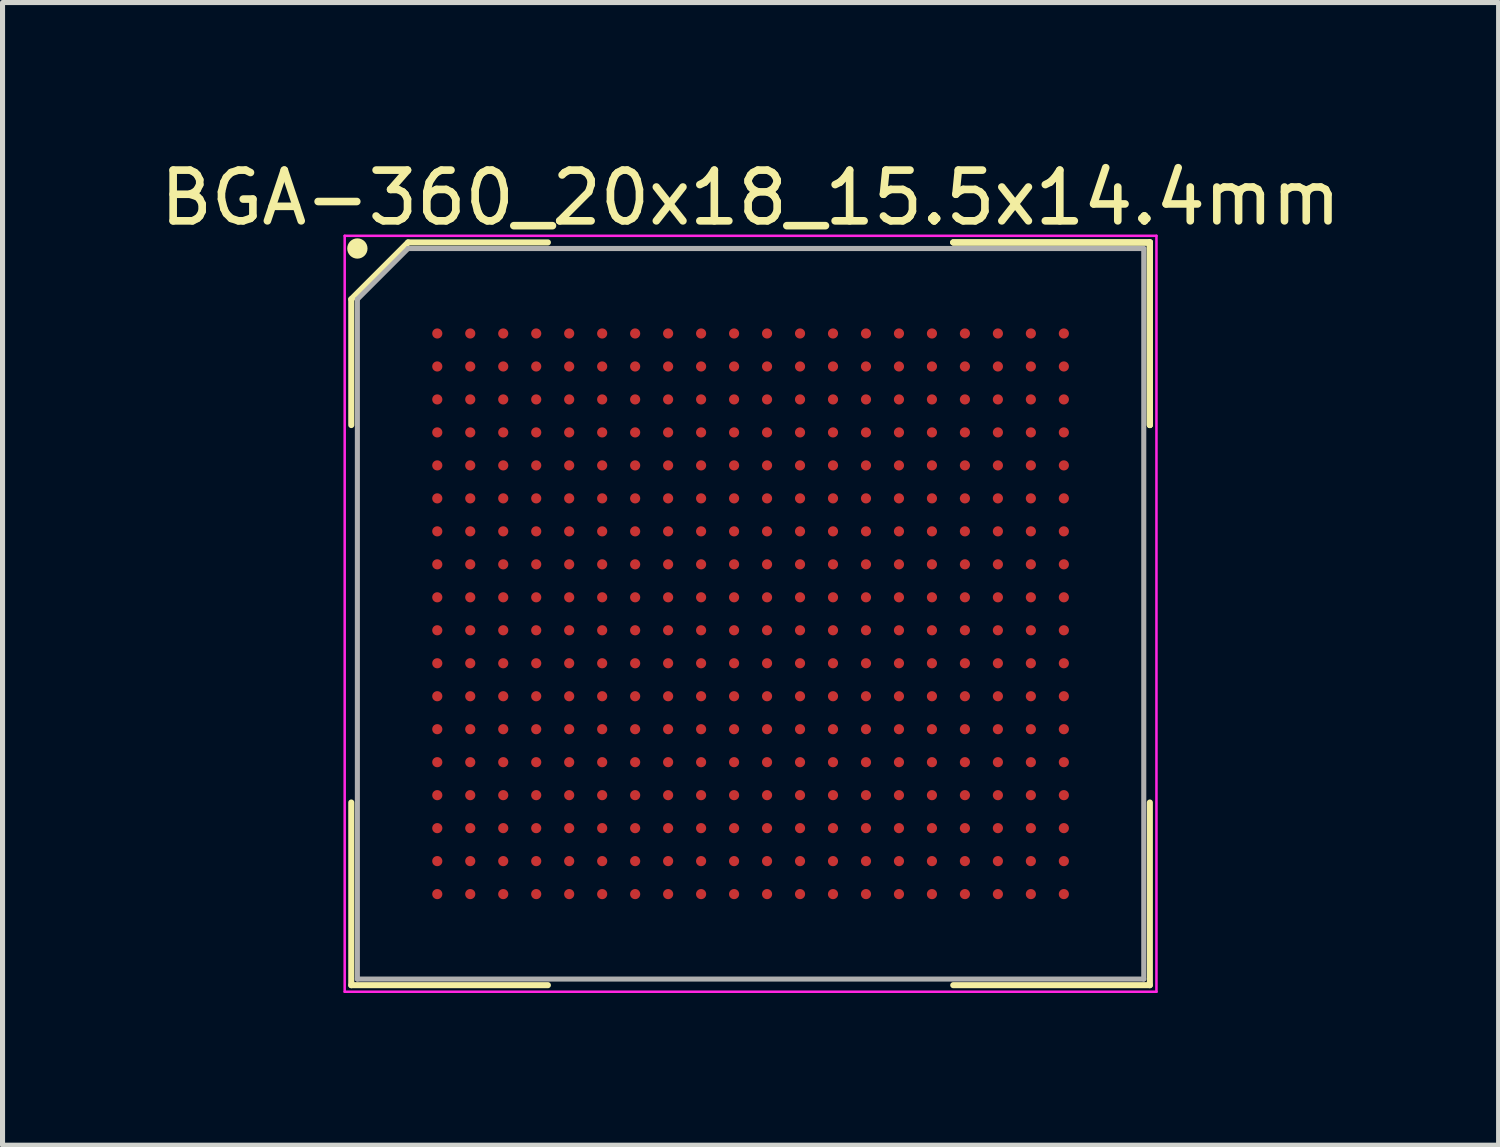
<source format=kicad_pcb>
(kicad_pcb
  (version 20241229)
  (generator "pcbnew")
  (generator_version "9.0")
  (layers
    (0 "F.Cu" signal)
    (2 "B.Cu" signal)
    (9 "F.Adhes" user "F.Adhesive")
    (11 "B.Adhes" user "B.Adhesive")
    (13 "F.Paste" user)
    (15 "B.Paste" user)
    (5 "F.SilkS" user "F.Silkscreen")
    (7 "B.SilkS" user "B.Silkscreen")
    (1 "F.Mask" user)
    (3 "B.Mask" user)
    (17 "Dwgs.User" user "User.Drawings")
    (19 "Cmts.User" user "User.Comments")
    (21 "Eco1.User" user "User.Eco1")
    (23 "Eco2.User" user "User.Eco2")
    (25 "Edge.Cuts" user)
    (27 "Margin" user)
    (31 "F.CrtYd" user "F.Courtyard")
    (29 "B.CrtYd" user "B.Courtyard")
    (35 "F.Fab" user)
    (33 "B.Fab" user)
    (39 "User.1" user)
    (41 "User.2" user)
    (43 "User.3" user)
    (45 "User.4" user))
  (footprint "BGA-360_20x18_15.5x14.4mm"
    (layer "F.Cu")
    (at 11.744 9.048)
    (property "Reference" "BGA-360_20x18_15.5x14.4mm" (at 0 -8.2 0) (layer "F.SilkS") (effects (font (size 1 1) (thickness 0.15))))
    (attr through_hole)
    (fp_line (start -7.87 -6.2) (end -7.87 -3.72) (stroke (width 0.12) (type solid)) (layer "F.SilkS"))
    (fp_line (start -7.87 7.32) (end -7.87 3.72) (stroke (width 0.12) (type solid)) (layer "F.SilkS"))
    (fp_line (start -6.75 -7.32) (end -7.87 -6.2) (stroke (width 0.12) (type solid)) (layer "F.SilkS"))
    (fp_line (start -3.995 -7.32) (end -6.75 -7.32) (stroke (width 0.12) (type solid)) (layer "F.SilkS"))
    (fp_line (start -3.995 7.32) (end -7.87 7.32) (stroke (width 0.12) (type solid)) (layer "F.SilkS"))
    (fp_line (start 3.995 -7.32) (end 7.87 -7.32) (stroke (width 0.12) (type solid)) (layer "F.SilkS"))
    (fp_line (start 3.995 -7.32) (end 7.87 -7.32) (stroke (width 0.12) (type solid)) (layer "F.SilkS"))
    (fp_line (start 3.995 -7.32) (end 7.87 -7.32) (stroke (width 0.12) (type solid)) (layer "F.SilkS"))
    (fp_line (start 3.995 7.32) (end 7.87 7.32) (stroke (width 0.12) (type solid)) (layer "F.SilkS"))
    (fp_line (start 7.87 -7.32) (end 7.87 -3.72) (stroke (width 0.12) (type solid)) (layer "F.SilkS"))
    (fp_line (start 7.87 -7.32) (end 7.87 -3.72) (stroke (width 0.12) (type solid)) (layer "F.SilkS"))
    (fp_line (start 7.87 -7.32) (end 7.87 -3.72) (stroke (width 0.12) (type solid)) (layer "F.SilkS"))
    (fp_line (start 7.87 7.32) (end 7.87 3.72) (stroke (width 0.12) (type solid)) (layer "F.SilkS"))
    (fp_circle (center -7.75 -7.2) (end -7.75 -7.1) (stroke (width 0.2) (type solid)) (fill no) (layer "F.SilkS"))
    (fp_line (start -8 -7.45) (end 8 -7.45) (stroke (width 0.05) (type solid)) (layer "F.CrtYd"))
    (fp_line (start -8 7.45) (end -8 -7.45) (stroke (width 0.05) (type solid)) (layer "F.CrtYd"))
    (fp_line (start 8 -7.45) (end 8 7.45) (stroke (width 0.05) (type solid)) (layer "F.CrtYd"))
    (fp_line (start 8 7.45) (end -8 7.45) (stroke (width 0.05) (type solid)) (layer "F.CrtYd"))
    (fp_line (start -7.75 -6.2) (end -7.75 7.2) (stroke (width 0.1) (type solid)) (layer "F.Fab"))
    (fp_line (start -7.75 7.2) (end 7.75 7.2) (stroke (width 0.1) (type solid)) (layer "F.Fab"))
    (fp_line (start -6.75 -7.2) (end -7.75 -6.2) (stroke (width 0.1) (type solid)) (layer "F.Fab"))
    (fp_line (start 7.75 -7.2) (end -6.75 -7.2) (stroke (width 0.1) (type solid)) (layer "F.Fab"))
    (fp_line (start 7.75 7.2) (end 7.75 -7.2) (stroke (width 0.1) (type solid)) (layer "F.Fab"))
    (pad "1A1" smd circle (at -6.175 -5.525) (size 0.2 0.2) (layers "F.Cu" "F.Mask" "F.Paste"))
    (pad "1A2" smd circle (at -5.525 -5.525) (size 0.2 0.2) (layers "F.Cu" "F.Mask" "F.Paste"))
    (pad "1A3" smd circle (at -4.875 -5.525) (size 0.2 0.2) (layers "F.Cu" "F.Mask" "F.Paste"))
    (pad "1A4" smd circle (at -4.225 -5.525) (size 0.2 0.2) (layers "F.Cu" "F.Mask" "F.Paste"))
    (pad "1A5" smd circle (at -3.575 -5.525) (size 0.2 0.2) (layers "F.Cu" "F.Mask" "F.Paste"))
    (pad "1A6" smd circle (at -2.925 -5.525) (size 0.2 0.2) (layers "F.Cu" "F.Mask" "F.Paste"))
    (pad "1A7" smd circle (at -2.275 -5.525) (size 0.2 0.2) (layers "F.Cu" "F.Mask" "F.Paste"))
    (pad "1A8" smd circle (at -1.625 -5.525) (size 0.2 0.2) (layers "F.Cu" "F.Mask" "F.Paste"))
    (pad "1A9" smd circle (at -0.975 -5.525) (size 0.2 0.2) (layers "F.Cu" "F.Mask" "F.Paste"))
    (pad "1A10" smd circle (at -0.325 -5.525) (size 0.2 0.2) (layers "F.Cu" "F.Mask" "F.Paste"))
    (pad "1A11" smd circle (at 0.325 -5.525) (size 0.2 0.2) (layers "F.Cu" "F.Mask" "F.Paste"))
    (pad "1A12" smd circle (at 0.975 -5.525) (size 0.2 0.2) (layers "F.Cu" "F.Mask" "F.Paste"))
    (pad "1A13" smd circle (at 1.625 -5.525) (size 0.2 0.2) (layers "F.Cu" "F.Mask" "F.Paste"))
    (pad "1A14" smd circle (at 2.275 -5.525) (size 0.2 0.2) (layers "F.Cu" "F.Mask" "F.Paste"))
    (pad "1A15" smd circle (at 2.925 -5.525) (size 0.2 0.2) (layers "F.Cu" "F.Mask" "F.Paste"))
    (pad "1A16" smd circle (at 3.575 -5.525) (size 0.2 0.2) (layers "F.Cu" "F.Mask" "F.Paste"))
    (pad "1A17" smd circle (at 4.225 -5.525) (size 0.2 0.2) (layers "F.Cu" "F.Mask" "F.Paste"))
    (pad "1A18" smd circle (at 4.875 -5.525) (size 0.2 0.2) (layers "F.Cu" "F.Mask" "F.Paste"))
    (pad "1A19" smd circle (at 5.525 -5.525) (size 0.2 0.2) (layers "F.Cu" "F.Mask" "F.Paste"))
    (pad "1A20" smd circle (at 6.175 -5.525) (size 0.2 0.2) (layers "F.Cu" "F.Mask" "F.Paste"))
    (pad "1B1" smd circle (at -6.175 -4.875) (size 0.2 0.2) (layers "F.Cu" "F.Mask" "F.Paste"))
    (pad "1B2" smd circle (at -5.525 -4.875) (size 0.2 0.2) (layers "F.Cu" "F.Mask" "F.Paste"))
    (pad "1B3" smd circle (at -4.875 -4.875) (size 0.2 0.2) (layers "F.Cu" "F.Mask" "F.Paste"))
    (pad "1B4" smd circle (at -4.225 -4.875) (size 0.2 0.2) (layers "F.Cu" "F.Mask" "F.Paste"))
    (pad "1B5" smd circle (at -3.575 -4.875) (size 0.2 0.2) (layers "F.Cu" "F.Mask" "F.Paste"))
    (pad "1B6" smd circle (at -2.925 -4.875) (size 0.2 0.2) (layers "F.Cu" "F.Mask" "F.Paste"))
    (pad "1B7" smd circle (at -2.275 -4.875) (size 0.2 0.2) (layers "F.Cu" "F.Mask" "F.Paste"))
    (pad "1B8" smd circle (at -1.625 -4.875) (size 0.2 0.2) (layers "F.Cu" "F.Mask" "F.Paste"))
    (pad "1B9" smd circle (at -0.975 -4.875) (size 0.2 0.2) (layers "F.Cu" "F.Mask" "F.Paste"))
    (pad "1B10" smd circle (at -0.325 -4.875) (size 0.2 0.2) (layers "F.Cu" "F.Mask" "F.Paste"))
    (pad "1B11" smd circle (at 0.325 -4.875) (size 0.2 0.2) (layers "F.Cu" "F.Mask" "F.Paste"))
    (pad "1B12" smd circle (at 0.975 -4.875) (size 0.2 0.2) (layers "F.Cu" "F.Mask" "F.Paste"))
    (pad "1B13" smd circle (at 1.625 -4.875) (size 0.2 0.2) (layers "F.Cu" "F.Mask" "F.Paste"))
    (pad "1B14" smd circle (at 2.275 -4.875) (size 0.2 0.2) (layers "F.Cu" "F.Mask" "F.Paste"))
    (pad "1B15" smd circle (at 2.925 -4.875) (size 0.2 0.2) (layers "F.Cu" "F.Mask" "F.Paste"))
    (pad "1B16" smd circle (at 3.575 -4.875) (size 0.2 0.2) (layers "F.Cu" "F.Mask" "F.Paste"))
    (pad "1B17" smd circle (at 4.225 -4.875) (size 0.2 0.2) (layers "F.Cu" "F.Mask" "F.Paste"))
    (pad "1B18" smd circle (at 4.875 -4.875) (size 0.2 0.2) (layers "F.Cu" "F.Mask" "F.Paste"))
    (pad "1B19" smd circle (at 5.525 -4.875) (size 0.2 0.2) (layers "F.Cu" "F.Mask" "F.Paste"))
    (pad "1B20" smd circle (at 6.175 -4.875) (size 0.2 0.2) (layers "F.Cu" "F.Mask" "F.Paste"))
    (pad "1C1" smd circle (at -6.175 -4.225) (size 0.2 0.2) (layers "F.Cu" "F.Mask" "F.Paste"))
    (pad "1C2" smd circle (at -5.525 -4.225) (size 0.2 0.2) (layers "F.Cu" "F.Mask" "F.Paste"))
    (pad "1C3" smd circle (at -4.875 -4.225) (size 0.2 0.2) (layers "F.Cu" "F.Mask" "F.Paste"))
    (pad "1C4" smd circle (at -4.225 -4.225) (size 0.2 0.2) (layers "F.Cu" "F.Mask" "F.Paste"))
    (pad "1C5" smd circle (at -3.575 -4.225) (size 0.2 0.2) (layers "F.Cu" "F.Mask" "F.Paste"))
    (pad "1C6" smd circle (at -2.925 -4.225) (size 0.2 0.2) (layers "F.Cu" "F.Mask" "F.Paste"))
    (pad "1C7" smd circle (at -2.275 -4.225) (size 0.2 0.2) (layers "F.Cu" "F.Mask" "F.Paste"))
    (pad "1C8" smd circle (at -1.625 -4.225) (size 0.2 0.2) (layers "F.Cu" "F.Mask" "F.Paste"))
    (pad "1C9" smd circle (at -0.975 -4.225) (size 0.2 0.2) (layers "F.Cu" "F.Mask" "F.Paste"))
    (pad "1C10" smd circle (at -0.325 -4.225) (size 0.2 0.2) (layers "F.Cu" "F.Mask" "F.Paste"))
    (pad "1C11" smd circle (at 0.325 -4.225) (size 0.2 0.2) (layers "F.Cu" "F.Mask" "F.Paste"))
    (pad "1C12" smd circle (at 0.975 -4.225) (size 0.2 0.2) (layers "F.Cu" "F.Mask" "F.Paste"))
    (pad "1C13" smd circle (at 1.625 -4.225) (size 0.2 0.2) (layers "F.Cu" "F.Mask" "F.Paste"))
    (pad "1C14" smd circle (at 2.275 -4.225) (size 0.2 0.2) (layers "F.Cu" "F.Mask" "F.Paste"))
    (pad "1C15" smd circle (at 2.925 -4.225) (size 0.2 0.2) (layers "F.Cu" "F.Mask" "F.Paste"))
    (pad "1C16" smd circle (at 3.575 -4.225) (size 0.2 0.2) (layers "F.Cu" "F.Mask" "F.Paste"))
    (pad "1C17" smd circle (at 4.225 -4.225) (size 0.2 0.2) (layers "F.Cu" "F.Mask" "F.Paste"))
    (pad "1C18" smd circle (at 4.875 -4.225) (size 0.2 0.2) (layers "F.Cu" "F.Mask" "F.Paste"))
    (pad "1C19" smd circle (at 5.525 -4.225) (size 0.2 0.2) (layers "F.Cu" "F.Mask" "F.Paste"))
    (pad "1C20" smd circle (at 6.175 -4.225) (size 0.2 0.2) (layers "F.Cu" "F.Mask" "F.Paste"))
    (pad "1D1" smd circle (at -6.175 -3.575) (size 0.2 0.2) (layers "F.Cu" "F.Mask" "F.Paste"))
    (pad "1D2" smd circle (at -5.525 -3.575) (size 0.2 0.2) (layers "F.Cu" "F.Mask" "F.Paste"))
    (pad "1D3" smd circle (at -4.875 -3.575) (size 0.2 0.2) (layers "F.Cu" "F.Mask" "F.Paste"))
    (pad "1D4" smd circle (at -4.225 -3.575) (size 0.2 0.2) (layers "F.Cu" "F.Mask" "F.Paste"))
    (pad "1D5" smd circle (at -3.575 -3.575) (size 0.2 0.2) (layers "F.Cu" "F.Mask" "F.Paste"))
    (pad "1D6" smd circle (at -2.925 -3.575) (size 0.2 0.2) (layers "F.Cu" "F.Mask" "F.Paste"))
    (pad "1D7" smd circle (at -2.275 -3.575) (size 0.2 0.2) (layers "F.Cu" "F.Mask" "F.Paste"))
    (pad "1D8" smd circle (at -1.625 -3.575) (size 0.2 0.2) (layers "F.Cu" "F.Mask" "F.Paste"))
    (pad "1D9" smd circle (at -0.975 -3.575) (size 0.2 0.2) (layers "F.Cu" "F.Mask" "F.Paste"))
    (pad "1D10" smd circle (at -0.325 -3.575) (size 0.2 0.2) (layers "F.Cu" "F.Mask" "F.Paste"))
    (pad "1D11" smd circle (at 0.325 -3.575) (size 0.2 0.2) (layers "F.Cu" "F.Mask" "F.Paste"))
    (pad "1D12" smd circle (at 0.975 -3.575) (size 0.2 0.2) (layers "F.Cu" "F.Mask" "F.Paste"))
    (pad "1D13" smd circle (at 1.625 -3.575) (size 0.2 0.2) (layers "F.Cu" "F.Mask" "F.Paste"))
    (pad "1D14" smd circle (at 2.275 -3.575) (size 0.2 0.2) (layers "F.Cu" "F.Mask" "F.Paste"))
    (pad "1D15" smd circle (at 2.925 -3.575) (size 0.2 0.2) (layers "F.Cu" "F.Mask" "F.Paste"))
    (pad "1D16" smd circle (at 3.575 -3.575) (size 0.2 0.2) (layers "F.Cu" "F.Mask" "F.Paste"))
    (pad "1D17" smd circle (at 4.225 -3.575) (size 0.2 0.2) (layers "F.Cu" "F.Mask" "F.Paste"))
    (pad "1D18" smd circle (at 4.875 -3.575) (size 0.2 0.2) (layers "F.Cu" "F.Mask" "F.Paste"))
    (pad "1D19" smd circle (at 5.525 -3.575) (size 0.2 0.2) (layers "F.Cu" "F.Mask" "F.Paste"))
    (pad "1D20" smd circle (at 6.175 -3.575) (size 0.2 0.2) (layers "F.Cu" "F.Mask" "F.Paste"))
    (pad "1E1" smd circle (at -6.175 -2.925) (size 0.2 0.2) (layers "F.Cu" "F.Mask" "F.Paste"))
    (pad "1E2" smd circle (at -5.525 -2.925) (size 0.2 0.2) (layers "F.Cu" "F.Mask" "F.Paste"))
    (pad "1E3" smd circle (at -4.875 -2.925) (size 0.2 0.2) (layers "F.Cu" "F.Mask" "F.Paste"))
    (pad "1E4" smd circle (at -4.225 -2.925) (size 0.2 0.2) (layers "F.Cu" "F.Mask" "F.Paste"))
    (pad "1E5" smd circle (at -3.575 -2.925) (size 0.2 0.2) (layers "F.Cu" "F.Mask" "F.Paste"))
    (pad "1E6" smd circle (at -2.925 -2.925) (size 0.2 0.2) (layers "F.Cu" "F.Mask" "F.Paste"))
    (pad "1E7" smd circle (at -2.275 -2.925) (size 0.2 0.2) (layers "F.Cu" "F.Mask" "F.Paste"))
    (pad "1E8" smd circle (at -1.625 -2.925) (size 0.2 0.2) (layers "F.Cu" "F.Mask" "F.Paste"))
    (pad "1E9" smd circle (at -0.975 -2.925) (size 0.2 0.2) (layers "F.Cu" "F.Mask" "F.Paste"))
    (pad "1E10" smd circle (at -0.325 -2.925) (size 0.2 0.2) (layers "F.Cu" "F.Mask" "F.Paste"))
    (pad "1E11" smd circle (at 0.325 -2.925) (size 0.2 0.2) (layers "F.Cu" "F.Mask" "F.Paste"))
    (pad "1E12" smd circle (at 0.975 -2.925) (size 0.2 0.2) (layers "F.Cu" "F.Mask" "F.Paste"))
    (pad "1E13" smd circle (at 1.625 -2.925) (size 0.2 0.2) (layers "F.Cu" "F.Mask" "F.Paste"))
    (pad "1E14" smd circle (at 2.275 -2.925) (size 0.2 0.2) (layers "F.Cu" "F.Mask" "F.Paste"))
    (pad "1E15" smd circle (at 2.925 -2.925) (size 0.2 0.2) (layers "F.Cu" "F.Mask" "F.Paste"))
    (pad "1E16" smd circle (at 3.575 -2.925) (size 0.2 0.2) (layers "F.Cu" "F.Mask" "F.Paste"))
    (pad "1E17" smd circle (at 4.225 -2.925) (size 0.2 0.2) (layers "F.Cu" "F.Mask" "F.Paste"))
    (pad "1E18" smd circle (at 4.875 -2.925) (size 0.2 0.2) (layers "F.Cu" "F.Mask" "F.Paste"))
    (pad "1E19" smd circle (at 5.525 -2.925) (size 0.2 0.2) (layers "F.Cu" "F.Mask" "F.Paste"))
    (pad "1E20" smd circle (at 6.175 -2.925) (size 0.2 0.2) (layers "F.Cu" "F.Mask" "F.Paste"))
    (pad "1F1" smd circle (at -6.175 -2.275) (size 0.2 0.2) (layers "F.Cu" "F.Mask" "F.Paste"))
    (pad "1F2" smd circle (at -5.525 -2.275) (size 0.2 0.2) (layers "F.Cu" "F.Mask" "F.Paste"))
    (pad "1F3" smd circle (at -4.875 -2.275) (size 0.2 0.2) (layers "F.Cu" "F.Mask" "F.Paste"))
    (pad "1F4" smd circle (at -4.225 -2.275) (size 0.2 0.2) (layers "F.Cu" "F.Mask" "F.Paste"))
    (pad "1F5" smd circle (at -3.575 -2.275) (size 0.2 0.2) (layers "F.Cu" "F.Mask" "F.Paste"))
    (pad "1F6" smd circle (at -2.925 -2.275) (size 0.2 0.2) (layers "F.Cu" "F.Mask" "F.Paste"))
    (pad "1F7" smd circle (at -2.275 -2.275) (size 0.2 0.2) (layers "F.Cu" "F.Mask" "F.Paste"))
    (pad "1F8" smd circle (at -1.625 -2.275) (size 0.2 0.2) (layers "F.Cu" "F.Mask" "F.Paste"))
    (pad "1F9" smd circle (at -0.975 -2.275) (size 0.2 0.2) (layers "F.Cu" "F.Mask" "F.Paste"))
    (pad "1F10" smd circle (at -0.325 -2.275) (size 0.2 0.2) (layers "F.Cu" "F.Mask" "F.Paste"))
    (pad "1F11" smd circle (at 0.325 -2.275) (size 0.2 0.2) (layers "F.Cu" "F.Mask" "F.Paste"))
    (pad "1F12" smd circle (at 0.975 -2.275) (size 0.2 0.2) (layers "F.Cu" "F.Mask" "F.Paste"))
    (pad "1F13" smd circle (at 1.625 -2.275) (size 0.2 0.2) (layers "F.Cu" "F.Mask" "F.Paste"))
    (pad "1F14" smd circle (at 2.275 -2.275) (size 0.2 0.2) (layers "F.Cu" "F.Mask" "F.Paste"))
    (pad "1F15" smd circle (at 2.925 -2.275) (size 0.2 0.2) (layers "F.Cu" "F.Mask" "F.Paste"))
    (pad "1F16" smd circle (at 3.575 -2.275) (size 0.2 0.2) (layers "F.Cu" "F.Mask" "F.Paste"))
    (pad "1F17" smd circle (at 4.225 -2.275) (size 0.2 0.2) (layers "F.Cu" "F.Mask" "F.Paste"))
    (pad "1F18" smd circle (at 4.875 -2.275) (size 0.2 0.2) (layers "F.Cu" "F.Mask" "F.Paste"))
    (pad "1F19" smd circle (at 5.525 -2.275) (size 0.2 0.2) (layers "F.Cu" "F.Mask" "F.Paste"))
    (pad "1F20" smd circle (at 6.175 -2.275) (size 0.2 0.2) (layers "F.Cu" "F.Mask" "F.Paste"))
    (pad "1G1" smd circle (at -6.175 -1.625) (size 0.2 0.2) (layers "F.Cu" "F.Mask" "F.Paste"))
    (pad "1G2" smd circle (at -5.525 -1.625) (size 0.2 0.2) (layers "F.Cu" "F.Mask" "F.Paste"))
    (pad "1G3" smd circle (at -4.875 -1.625) (size 0.2 0.2) (layers "F.Cu" "F.Mask" "F.Paste"))
    (pad "1G4" smd circle (at -4.225 -1.625) (size 0.2 0.2) (layers "F.Cu" "F.Mask" "F.Paste"))
    (pad "1G5" smd circle (at -3.575 -1.625) (size 0.2 0.2) (layers "F.Cu" "F.Mask" "F.Paste"))
    (pad "1G6" smd circle (at -2.925 -1.625) (size 0.2 0.2) (layers "F.Cu" "F.Mask" "F.Paste"))
    (pad "1G7" smd circle (at -2.275 -1.625) (size 0.2 0.2) (layers "F.Cu" "F.Mask" "F.Paste"))
    (pad "1G8" smd circle (at -1.625 -1.625) (size 0.2 0.2) (layers "F.Cu" "F.Mask" "F.Paste"))
    (pad "1G9" smd circle (at -0.975 -1.625) (size 0.2 0.2) (layers "F.Cu" "F.Mask" "F.Paste"))
    (pad "1G10" smd circle (at -0.325 -1.625) (size 0.2 0.2) (layers "F.Cu" "F.Mask" "F.Paste"))
    (pad "1G11" smd circle (at 0.325 -1.625) (size 0.2 0.2) (layers "F.Cu" "F.Mask" "F.Paste"))
    (pad "1G12" smd circle (at 0.975 -1.625) (size 0.2 0.2) (layers "F.Cu" "F.Mask" "F.Paste"))
    (pad "1G13" smd circle (at 1.625 -1.625) (size 0.2 0.2) (layers "F.Cu" "F.Mask" "F.Paste"))
    (pad "1G14" smd circle (at 2.275 -1.625) (size 0.2 0.2) (layers "F.Cu" "F.Mask" "F.Paste"))
    (pad "1G15" smd circle (at 2.925 -1.625) (size 0.2 0.2) (layers "F.Cu" "F.Mask" "F.Paste"))
    (pad "1G16" smd circle (at 3.575 -1.625) (size 0.2 0.2) (layers "F.Cu" "F.Mask" "F.Paste"))
    (pad "1G17" smd circle (at 4.225 -1.625) (size 0.2 0.2) (layers "F.Cu" "F.Mask" "F.Paste"))
    (pad "1G18" smd circle (at 4.875 -1.625) (size 0.2 0.2) (layers "F.Cu" "F.Mask" "F.Paste"))
    (pad "1G19" smd circle (at 5.525 -1.625) (size 0.2 0.2) (layers "F.Cu" "F.Mask" "F.Paste"))
    (pad "1G20" smd circle (at 6.175 -1.625) (size 0.2 0.2) (layers "F.Cu" "F.Mask" "F.Paste"))
    (pad "1H1" smd circle (at -6.175 -0.975) (size 0.2 0.2) (layers "F.Cu" "F.Mask" "F.Paste"))
    (pad "1H2" smd circle (at -5.525 -0.975) (size 0.2 0.2) (layers "F.Cu" "F.Mask" "F.Paste"))
    (pad "1H3" smd circle (at -4.875 -0.975) (size 0.2 0.2) (layers "F.Cu" "F.Mask" "F.Paste"))
    (pad "1H4" smd circle (at -4.225 -0.975) (size 0.2 0.2) (layers "F.Cu" "F.Mask" "F.Paste"))
    (pad "1H5" smd circle (at -3.575 -0.975) (size 0.2 0.2) (layers "F.Cu" "F.Mask" "F.Paste"))
    (pad "1H6" smd circle (at -2.925 -0.975) (size 0.2 0.2) (layers "F.Cu" "F.Mask" "F.Paste"))
    (pad "1H7" smd circle (at -2.275 -0.975) (size 0.2 0.2) (layers "F.Cu" "F.Mask" "F.Paste"))
    (pad "1H8" smd circle (at -1.625 -0.975) (size 0.2 0.2) (layers "F.Cu" "F.Mask" "F.Paste"))
    (pad "1H9" smd circle (at -0.975 -0.975) (size 0.2 0.2) (layers "F.Cu" "F.Mask" "F.Paste"))
    (pad "1H10" smd circle (at -0.325 -0.975) (size 0.2 0.2) (layers "F.Cu" "F.Mask" "F.Paste"))
    (pad "1H11" smd circle (at 0.325 -0.975) (size 0.2 0.2) (layers "F.Cu" "F.Mask" "F.Paste"))
    (pad "1H12" smd circle (at 0.975 -0.975) (size 0.2 0.2) (layers "F.Cu" "F.Mask" "F.Paste"))
    (pad "1H13" smd circle (at 1.625 -0.975) (size 0.2 0.2) (layers "F.Cu" "F.Mask" "F.Paste"))
    (pad "1H14" smd circle (at 2.275 -0.975) (size 0.2 0.2) (layers "F.Cu" "F.Mask" "F.Paste"))
    (pad "1H15" smd circle (at 2.925 -0.975) (size 0.2 0.2) (layers "F.Cu" "F.Mask" "F.Paste"))
    (pad "1H16" smd circle (at 3.575 -0.975) (size 0.2 0.2) (layers "F.Cu" "F.Mask" "F.Paste"))
    (pad "1H17" smd circle (at 4.225 -0.975) (size 0.2 0.2) (layers "F.Cu" "F.Mask" "F.Paste"))
    (pad "1H18" smd circle (at 4.875 -0.975) (size 0.2 0.2) (layers "F.Cu" "F.Mask" "F.Paste"))
    (pad "1H19" smd circle (at 5.525 -0.975) (size 0.2 0.2) (layers "F.Cu" "F.Mask" "F.Paste"))
    (pad "1H20" smd circle (at 6.175 -0.975) (size 0.2 0.2) (layers "F.Cu" "F.Mask" "F.Paste"))
    (pad "1J1" smd circle (at -6.175 -0.325) (size 0.2 0.2) (layers "F.Cu" "F.Mask" "F.Paste"))
    (pad "1J2" smd circle (at -5.525 -0.325) (size 0.2 0.2) (layers "F.Cu" "F.Mask" "F.Paste"))
    (pad "1J3" smd circle (at -4.875 -0.325) (size 0.2 0.2) (layers "F.Cu" "F.Mask" "F.Paste"))
    (pad "1J4" smd circle (at -4.225 -0.325) (size 0.2 0.2) (layers "F.Cu" "F.Mask" "F.Paste"))
    (pad "1J5" smd circle (at -3.575 -0.325) (size 0.2 0.2) (layers "F.Cu" "F.Mask" "F.Paste"))
    (pad "1J6" smd circle (at -2.925 -0.325) (size 0.2 0.2) (layers "F.Cu" "F.Mask" "F.Paste"))
    (pad "1J7" smd circle (at -2.275 -0.325) (size 0.2 0.2) (layers "F.Cu" "F.Mask" "F.Paste"))
    (pad "1J8" smd circle (at -1.625 -0.325) (size 0.2 0.2) (layers "F.Cu" "F.Mask" "F.Paste"))
    (pad "1J9" smd circle (at -0.975 -0.325) (size 0.2 0.2) (layers "F.Cu" "F.Mask" "F.Paste"))
    (pad "1J10" smd circle (at -0.325 -0.325) (size 0.2 0.2) (layers "F.Cu" "F.Mask" "F.Paste"))
    (pad "1J11" smd circle (at 0.325 -0.325) (size 0.2 0.2) (layers "F.Cu" "F.Mask" "F.Paste"))
    (pad "1J12" smd circle (at 0.975 -0.325) (size 0.2 0.2) (layers "F.Cu" "F.Mask" "F.Paste"))
    (pad "1J13" smd circle (at 1.625 -0.325) (size 0.2 0.2) (layers "F.Cu" "F.Mask" "F.Paste"))
    (pad "1J14" smd circle (at 2.275 -0.325) (size 0.2 0.2) (layers "F.Cu" "F.Mask" "F.Paste"))
    (pad "1J15" smd circle (at 2.925 -0.325) (size 0.2 0.2) (layers "F.Cu" "F.Mask" "F.Paste"))
    (pad "1J16" smd circle (at 3.575 -0.325) (size 0.2 0.2) (layers "F.Cu" "F.Mask" "F.Paste"))
    (pad "1J17" smd circle (at 4.225 -0.325) (size 0.2 0.2) (layers "F.Cu" "F.Mask" "F.Paste"))
    (pad "1J18" smd circle (at 4.875 -0.325) (size 0.2 0.2) (layers "F.Cu" "F.Mask" "F.Paste"))
    (pad "1J19" smd circle (at 5.525 -0.325) (size 0.2 0.2) (layers "F.Cu" "F.Mask" "F.Paste"))
    (pad "1J20" smd circle (at 6.175 -0.325) (size 0.2 0.2) (layers "F.Cu" "F.Mask" "F.Paste"))
    (pad "1K1" smd circle (at -6.175 0.325) (size 0.2 0.2) (layers "F.Cu" "F.Mask" "F.Paste"))
    (pad "1K2" smd circle (at -5.525 0.325) (size 0.2 0.2) (layers "F.Cu" "F.Mask" "F.Paste"))
    (pad "1K3" smd circle (at -4.875 0.325) (size 0.2 0.2) (layers "F.Cu" "F.Mask" "F.Paste"))
    (pad "1K4" smd circle (at -4.225 0.325) (size 0.2 0.2) (layers "F.Cu" "F.Mask" "F.Paste"))
    (pad "1K5" smd circle (at -3.575 0.325) (size 0.2 0.2) (layers "F.Cu" "F.Mask" "F.Paste"))
    (pad "1K6" smd circle (at -2.925 0.325) (size 0.2 0.2) (layers "F.Cu" "F.Mask" "F.Paste"))
    (pad "1K7" smd circle (at -2.275 0.325) (size 0.2 0.2) (layers "F.Cu" "F.Mask" "F.Paste"))
    (pad "1K8" smd circle (at -1.625 0.325) (size 0.2 0.2) (layers "F.Cu" "F.Mask" "F.Paste"))
    (pad "1K9" smd circle (at -0.975 0.325) (size 0.2 0.2) (layers "F.Cu" "F.Mask" "F.Paste"))
    (pad "1K10" smd circle (at -0.325 0.325) (size 0.2 0.2) (layers "F.Cu" "F.Mask" "F.Paste"))
    (pad "1K11" smd circle (at 0.325 0.325) (size 0.2 0.2) (layers "F.Cu" "F.Mask" "F.Paste"))
    (pad "1K12" smd circle (at 0.975 0.325) (size 0.2 0.2) (layers "F.Cu" "F.Mask" "F.Paste"))
    (pad "1K13" smd circle (at 1.625 0.325) (size 0.2 0.2) (layers "F.Cu" "F.Mask" "F.Paste"))
    (pad "1K14" smd circle (at 2.275 0.325) (size 0.2 0.2) (layers "F.Cu" "F.Mask" "F.Paste"))
    (pad "1K15" smd circle (at 2.925 0.325) (size 0.2 0.2) (layers "F.Cu" "F.Mask" "F.Paste"))
    (pad "1K16" smd circle (at 3.575 0.325) (size 0.2 0.2) (layers "F.Cu" "F.Mask" "F.Paste"))
    (pad "1K17" smd circle (at 4.225 0.325) (size 0.2 0.2) (layers "F.Cu" "F.Mask" "F.Paste"))
    (pad "1K18" smd circle (at 4.875 0.325) (size 0.2 0.2) (layers "F.Cu" "F.Mask" "F.Paste"))
    (pad "1K19" smd circle (at 5.525 0.325) (size 0.2 0.2) (layers "F.Cu" "F.Mask" "F.Paste"))
    (pad "1K20" smd circle (at 6.175 0.325) (size 0.2 0.2) (layers "F.Cu" "F.Mask" "F.Paste"))
    (pad "1L1" smd circle (at -6.175 0.975) (size 0.2 0.2) (layers "F.Cu" "F.Mask" "F.Paste"))
    (pad "1L2" smd circle (at -5.525 0.975) (size 0.2 0.2) (layers "F.Cu" "F.Mask" "F.Paste"))
    (pad "1L3" smd circle (at -4.875 0.975) (size 0.2 0.2) (layers "F.Cu" "F.Mask" "F.Paste"))
    (pad "1L4" smd circle (at -4.225 0.975) (size 0.2 0.2) (layers "F.Cu" "F.Mask" "F.Paste"))
    (pad "1L5" smd circle (at -3.575 0.975) (size 0.2 0.2) (layers "F.Cu" "F.Mask" "F.Paste"))
    (pad "1L6" smd circle (at -2.925 0.975) (size 0.2 0.2) (layers "F.Cu" "F.Mask" "F.Paste"))
    (pad "1L7" smd circle (at -2.275 0.975) (size 0.2 0.2) (layers "F.Cu" "F.Mask" "F.Paste"))
    (pad "1L8" smd circle (at -1.625 0.975) (size 0.2 0.2) (layers "F.Cu" "F.Mask" "F.Paste"))
    (pad "1L9" smd circle (at -0.975 0.975) (size 0.2 0.2) (layers "F.Cu" "F.Mask" "F.Paste"))
    (pad "1L10" smd circle (at -0.325 0.975) (size 0.2 0.2) (layers "F.Cu" "F.Mask" "F.Paste"))
    (pad "1L11" smd circle (at 0.325 0.975) (size 0.2 0.2) (layers "F.Cu" "F.Mask" "F.Paste"))
    (pad "1L12" smd circle (at 0.975 0.975) (size 0.2 0.2) (layers "F.Cu" "F.Mask" "F.Paste"))
    (pad "1L13" smd circle (at 1.625 0.975) (size 0.2 0.2) (layers "F.Cu" "F.Mask" "F.Paste"))
    (pad "1L14" smd circle (at 2.275 0.975) (size 0.2 0.2) (layers "F.Cu" "F.Mask" "F.Paste"))
    (pad "1L15" smd circle (at 2.925 0.975) (size 0.2 0.2) (layers "F.Cu" "F.Mask" "F.Paste"))
    (pad "1L16" smd circle (at 3.575 0.975) (size 0.2 0.2) (layers "F.Cu" "F.Mask" "F.Paste"))
    (pad "1L17" smd circle (at 4.225 0.975) (size 0.2 0.2) (layers "F.Cu" "F.Mask" "F.Paste"))
    (pad "1L18" smd circle (at 4.875 0.975) (size 0.2 0.2) (layers "F.Cu" "F.Mask" "F.Paste"))
    (pad "1L19" smd circle (at 5.525 0.975) (size 0.2 0.2) (layers "F.Cu" "F.Mask" "F.Paste"))
    (pad "1L20" smd circle (at 6.175 0.975) (size 0.2 0.2) (layers "F.Cu" "F.Mask" "F.Paste"))
    (pad "1M1" smd circle (at -6.175 1.625) (size 0.2 0.2) (layers "F.Cu" "F.Mask" "F.Paste"))
    (pad "1M2" smd circle (at -5.525 1.625) (size 0.2 0.2) (layers "F.Cu" "F.Mask" "F.Paste"))
    (pad "1M3" smd circle (at -4.875 1.625) (size 0.2 0.2) (layers "F.Cu" "F.Mask" "F.Paste"))
    (pad "1M4" smd circle (at -4.225 1.625) (size 0.2 0.2) (layers "F.Cu" "F.Mask" "F.Paste"))
    (pad "1M5" smd circle (at -3.575 1.625) (size 0.2 0.2) (layers "F.Cu" "F.Mask" "F.Paste"))
    (pad "1M6" smd circle (at -2.925 1.625) (size 0.2 0.2) (layers "F.Cu" "F.Mask" "F.Paste"))
    (pad "1M7" smd circle (at -2.275 1.625) (size 0.2 0.2) (layers "F.Cu" "F.Mask" "F.Paste"))
    (pad "1M8" smd circle (at -1.625 1.625) (size 0.2 0.2) (layers "F.Cu" "F.Mask" "F.Paste"))
    (pad "1M9" smd circle (at -0.975 1.625) (size 0.2 0.2) (layers "F.Cu" "F.Mask" "F.Paste"))
    (pad "1M10" smd circle (at -0.325 1.625) (size 0.2 0.2) (layers "F.Cu" "F.Mask" "F.Paste"))
    (pad "1M11" smd circle (at 0.325 1.625) (size 0.2 0.2) (layers "F.Cu" "F.Mask" "F.Paste"))
    (pad "1M12" smd circle (at 0.975 1.625) (size 0.2 0.2) (layers "F.Cu" "F.Mask" "F.Paste"))
    (pad "1M13" smd circle (at 1.625 1.625) (size 0.2 0.2) (layers "F.Cu" "F.Mask" "F.Paste"))
    (pad "1M14" smd circle (at 2.275 1.625) (size 0.2 0.2) (layers "F.Cu" "F.Mask" "F.Paste"))
    (pad "1M15" smd circle (at 2.925 1.625) (size 0.2 0.2) (layers "F.Cu" "F.Mask" "F.Paste"))
    (pad "1M16" smd circle (at 3.575 1.625) (size 0.2 0.2) (layers "F.Cu" "F.Mask" "F.Paste"))
    (pad "1M17" smd circle (at 4.225 1.625) (size 0.2 0.2) (layers "F.Cu" "F.Mask" "F.Paste"))
    (pad "1M18" smd circle (at 4.875 1.625) (size 0.2 0.2) (layers "F.Cu" "F.Mask" "F.Paste"))
    (pad "1M19" smd circle (at 5.525 1.625) (size 0.2 0.2) (layers "F.Cu" "F.Mask" "F.Paste"))
    (pad "1M20" smd circle (at 6.175 1.625) (size 0.2 0.2) (layers "F.Cu" "F.Mask" "F.Paste"))
    (pad "1N1" smd circle (at -6.175 2.275) (size 0.2 0.2) (layers "F.Cu" "F.Mask" "F.Paste"))
    (pad "1N2" smd circle (at -5.525 2.275) (size 0.2 0.2) (layers "F.Cu" "F.Mask" "F.Paste"))
    (pad "1N3" smd circle (at -4.875 2.275) (size 0.2 0.2) (layers "F.Cu" "F.Mask" "F.Paste"))
    (pad "1N4" smd circle (at -4.225 2.275) (size 0.2 0.2) (layers "F.Cu" "F.Mask" "F.Paste"))
    (pad "1N5" smd circle (at -3.575 2.275) (size 0.2 0.2) (layers "F.Cu" "F.Mask" "F.Paste"))
    (pad "1N6" smd circle (at -2.925 2.275) (size 0.2 0.2) (layers "F.Cu" "F.Mask" "F.Paste"))
    (pad "1N7" smd circle (at -2.275 2.275) (size 0.2 0.2) (layers "F.Cu" "F.Mask" "F.Paste"))
    (pad "1N8" smd circle (at -1.625 2.275) (size 0.2 0.2) (layers "F.Cu" "F.Mask" "F.Paste"))
    (pad "1N9" smd circle (at -0.975 2.275) (size 0.2 0.2) (layers "F.Cu" "F.Mask" "F.Paste"))
    (pad "1N10" smd circle (at -0.325 2.275) (size 0.2 0.2) (layers "F.Cu" "F.Mask" "F.Paste"))
    (pad "1N11" smd circle (at 0.325 2.275) (size 0.2 0.2) (layers "F.Cu" "F.Mask" "F.Paste"))
    (pad "1N12" smd circle (at 0.975 2.275) (size 0.2 0.2) (layers "F.Cu" "F.Mask" "F.Paste"))
    (pad "1N13" smd circle (at 1.625 2.275) (size 0.2 0.2) (layers "F.Cu" "F.Mask" "F.Paste"))
    (pad "1N14" smd circle (at 2.275 2.275) (size 0.2 0.2) (layers "F.Cu" "F.Mask" "F.Paste"))
    (pad "1N15" smd circle (at 2.925 2.275) (size 0.2 0.2) (layers "F.Cu" "F.Mask" "F.Paste"))
    (pad "1N16" smd circle (at 3.575 2.275) (size 0.2 0.2) (layers "F.Cu" "F.Mask" "F.Paste"))
    (pad "1N17" smd circle (at 4.225 2.275) (size 0.2 0.2) (layers "F.Cu" "F.Mask" "F.Paste"))
    (pad "1N18" smd circle (at 4.875 2.275) (size 0.2 0.2) (layers "F.Cu" "F.Mask" "F.Paste"))
    (pad "1N19" smd circle (at 5.525 2.275) (size 0.2 0.2) (layers "F.Cu" "F.Mask" "F.Paste"))
    (pad "1N20" smd circle (at 6.175 2.275) (size 0.2 0.2) (layers "F.Cu" "F.Mask" "F.Paste"))
    (pad "1P1" smd circle (at -6.175 2.925) (size 0.2 0.2) (layers "F.Cu" "F.Mask" "F.Paste"))
    (pad "1P2" smd circle (at -5.525 2.925) (size 0.2 0.2) (layers "F.Cu" "F.Mask" "F.Paste"))
    (pad "1P3" smd circle (at -4.875 2.925) (size 0.2 0.2) (layers "F.Cu" "F.Mask" "F.Paste"))
    (pad "1P4" smd circle (at -4.225 2.925) (size 0.2 0.2) (layers "F.Cu" "F.Mask" "F.Paste"))
    (pad "1P5" smd circle (at -3.575 2.925) (size 0.2 0.2) (layers "F.Cu" "F.Mask" "F.Paste"))
    (pad "1P6" smd circle (at -2.925 2.925) (size 0.2 0.2) (layers "F.Cu" "F.Mask" "F.Paste"))
    (pad "1P7" smd circle (at -2.275 2.925) (size 0.2 0.2) (layers "F.Cu" "F.Mask" "F.Paste"))
    (pad "1P8" smd circle (at -1.625 2.925) (size 0.2 0.2) (layers "F.Cu" "F.Mask" "F.Paste"))
    (pad "1P9" smd circle (at -0.975 2.925) (size 0.2 0.2) (layers "F.Cu" "F.Mask" "F.Paste"))
    (pad "1P10" smd circle (at -0.325 2.925) (size 0.2 0.2) (layers "F.Cu" "F.Mask" "F.Paste"))
    (pad "1P11" smd circle (at 0.325 2.925) (size 0.2 0.2) (layers "F.Cu" "F.Mask" "F.Paste"))
    (pad "1P12" smd circle (at 0.975 2.925) (size 0.2 0.2) (layers "F.Cu" "F.Mask" "F.Paste"))
    (pad "1P13" smd circle (at 1.625 2.925) (size 0.2 0.2) (layers "F.Cu" "F.Mask" "F.Paste"))
    (pad "1P14" smd circle (at 2.275 2.925) (size 0.2 0.2) (layers "F.Cu" "F.Mask" "F.Paste"))
    (pad "1P15" smd circle (at 2.925 2.925) (size 0.2 0.2) (layers "F.Cu" "F.Mask" "F.Paste"))
    (pad "1P16" smd circle (at 3.575 2.925) (size 0.2 0.2) (layers "F.Cu" "F.Mask" "F.Paste"))
    (pad "1P17" smd circle (at 4.225 2.925) (size 0.2 0.2) (layers "F.Cu" "F.Mask" "F.Paste"))
    (pad "1P18" smd circle (at 4.875 2.925) (size 0.2 0.2) (layers "F.Cu" "F.Mask" "F.Paste"))
    (pad "1P19" smd circle (at 5.525 2.925) (size 0.2 0.2) (layers "F.Cu" "F.Mask" "F.Paste"))
    (pad "1P20" smd circle (at 6.175 2.925) (size 0.2 0.2) (layers "F.Cu" "F.Mask" "F.Paste"))
    (pad "1R1" smd circle (at -6.175 3.575) (size 0.2 0.2) (layers "F.Cu" "F.Mask" "F.Paste"))
    (pad "1R2" smd circle (at -5.525 3.575) (size 0.2 0.2) (layers "F.Cu" "F.Mask" "F.Paste"))
    (pad "1R3" smd circle (at -4.875 3.575) (size 0.2 0.2) (layers "F.Cu" "F.Mask" "F.Paste"))
    (pad "1R4" smd circle (at -4.225 3.575) (size 0.2 0.2) (layers "F.Cu" "F.Mask" "F.Paste"))
    (pad "1R5" smd circle (at -3.575 3.575) (size 0.2 0.2) (layers "F.Cu" "F.Mask" "F.Paste"))
    (pad "1R6" smd circle (at -2.925 3.575) (size 0.2 0.2) (layers "F.Cu" "F.Mask" "F.Paste"))
    (pad "1R7" smd circle (at -2.275 3.575) (size 0.2 0.2) (layers "F.Cu" "F.Mask" "F.Paste"))
    (pad "1R8" smd circle (at -1.625 3.575) (size 0.2 0.2) (layers "F.Cu" "F.Mask" "F.Paste"))
    (pad "1R9" smd circle (at -0.975 3.575) (size 0.2 0.2) (layers "F.Cu" "F.Mask" "F.Paste"))
    (pad "1R10" smd circle (at -0.325 3.575) (size 0.2 0.2) (layers "F.Cu" "F.Mask" "F.Paste"))
    (pad "1R11" smd circle (at 0.325 3.575) (size 0.2 0.2) (layers "F.Cu" "F.Mask" "F.Paste"))
    (pad "1R12" smd circle (at 0.975 3.575) (size 0.2 0.2) (layers "F.Cu" "F.Mask" "F.Paste"))
    (pad "1R13" smd circle (at 1.625 3.575) (size 0.2 0.2) (layers "F.Cu" "F.Mask" "F.Paste"))
    (pad "1R14" smd circle (at 2.275 3.575) (size 0.2 0.2) (layers "F.Cu" "F.Mask" "F.Paste"))
    (pad "1R15" smd circle (at 2.925 3.575) (size 0.2 0.2) (layers "F.Cu" "F.Mask" "F.Paste"))
    (pad "1R16" smd circle (at 3.575 3.575) (size 0.2 0.2) (layers "F.Cu" "F.Mask" "F.Paste"))
    (pad "1R17" smd circle (at 4.225 3.575) (size 0.2 0.2) (layers "F.Cu" "F.Mask" "F.Paste"))
    (pad "1R18" smd circle (at 4.875 3.575) (size 0.2 0.2) (layers "F.Cu" "F.Mask" "F.Paste"))
    (pad "1R19" smd circle (at 5.525 3.575) (size 0.2 0.2) (layers "F.Cu" "F.Mask" "F.Paste"))
    (pad "1R20" smd circle (at 6.175 3.575) (size 0.2 0.2) (layers "F.Cu" "F.Mask" "F.Paste"))
    (pad "1T1" smd circle (at -6.175 4.225) (size 0.2 0.2) (layers "F.Cu" "F.Mask" "F.Paste"))
    (pad "1T2" smd circle (at -5.525 4.225) (size 0.2 0.2) (layers "F.Cu" "F.Mask" "F.Paste"))
    (pad "1T3" smd circle (at -4.875 4.225) (size 0.2 0.2) (layers "F.Cu" "F.Mask" "F.Paste"))
    (pad "1T4" smd circle (at -4.225 4.225) (size 0.2 0.2) (layers "F.Cu" "F.Mask" "F.Paste"))
    (pad "1T5" smd circle (at -3.575 4.225) (size 0.2 0.2) (layers "F.Cu" "F.Mask" "F.Paste"))
    (pad "1T6" smd circle (at -2.925 4.225) (size 0.2 0.2) (layers "F.Cu" "F.Mask" "F.Paste"))
    (pad "1T7" smd circle (at -2.275 4.225) (size 0.2 0.2) (layers "F.Cu" "F.Mask" "F.Paste"))
    (pad "1T8" smd circle (at -1.625 4.225) (size 0.2 0.2) (layers "F.Cu" "F.Mask" "F.Paste"))
    (pad "1T9" smd circle (at -0.975 4.225) (size 0.2 0.2) (layers "F.Cu" "F.Mask" "F.Paste"))
    (pad "1T10" smd circle (at -0.325 4.225) (size 0.2 0.2) (layers "F.Cu" "F.Mask" "F.Paste"))
    (pad "1T11" smd circle (at 0.325 4.225) (size 0.2 0.2) (layers "F.Cu" "F.Mask" "F.Paste"))
    (pad "1T12" smd circle (at 0.975 4.225) (size 0.2 0.2) (layers "F.Cu" "F.Mask" "F.Paste"))
    (pad "1T13" smd circle (at 1.625 4.225) (size 0.2 0.2) (layers "F.Cu" "F.Mask" "F.Paste"))
    (pad "1T14" smd circle (at 2.275 4.225) (size 0.2 0.2) (layers "F.Cu" "F.Mask" "F.Paste"))
    (pad "1T15" smd circle (at 2.925 4.225) (size 0.2 0.2) (layers "F.Cu" "F.Mask" "F.Paste"))
    (pad "1T16" smd circle (at 3.575 4.225) (size 0.2 0.2) (layers "F.Cu" "F.Mask" "F.Paste"))
    (pad "1T17" smd circle (at 4.225 4.225) (size 0.2 0.2) (layers "F.Cu" "F.Mask" "F.Paste"))
    (pad "1T18" smd circle (at 4.875 4.225) (size 0.2 0.2) (layers "F.Cu" "F.Mask" "F.Paste"))
    (pad "1T19" smd circle (at 5.525 4.225) (size 0.2 0.2) (layers "F.Cu" "F.Mask" "F.Paste"))
    (pad "1T20" smd circle (at 6.175 4.225) (size 0.2 0.2) (layers "F.Cu" "F.Mask" "F.Paste"))
    (pad "1U1" smd circle (at -6.175 4.875) (size 0.2 0.2) (layers "F.Cu" "F.Mask" "F.Paste"))
    (pad "1U2" smd circle (at -5.525 4.875) (size 0.2 0.2) (layers "F.Cu" "F.Mask" "F.Paste"))
    (pad "1U3" smd circle (at -4.875 4.875) (size 0.2 0.2) (layers "F.Cu" "F.Mask" "F.Paste"))
    (pad "1U4" smd circle (at -4.225 4.875) (size 0.2 0.2) (layers "F.Cu" "F.Mask" "F.Paste"))
    (pad "1U5" smd circle (at -3.575 4.875) (size 0.2 0.2) (layers "F.Cu" "F.Mask" "F.Paste"))
    (pad "1U6" smd circle (at -2.925 4.875) (size 0.2 0.2) (layers "F.Cu" "F.Mask" "F.Paste"))
    (pad "1U7" smd circle (at -2.275 4.875) (size 0.2 0.2) (layers "F.Cu" "F.Mask" "F.Paste"))
    (pad "1U8" smd circle (at -1.625 4.875) (size 0.2 0.2) (layers "F.Cu" "F.Mask" "F.Paste"))
    (pad "1U9" smd circle (at -0.975 4.875) (size 0.2 0.2) (layers "F.Cu" "F.Mask" "F.Paste"))
    (pad "1U10" smd circle (at -0.325 4.875) (size 0.2 0.2) (layers "F.Cu" "F.Mask" "F.Paste"))
    (pad "1U11" smd circle (at 0.325 4.875) (size 0.2 0.2) (layers "F.Cu" "F.Mask" "F.Paste"))
    (pad "1U12" smd circle (at 0.975 4.875) (size 0.2 0.2) (layers "F.Cu" "F.Mask" "F.Paste"))
    (pad "1U13" smd circle (at 1.625 4.875) (size 0.2 0.2) (layers "F.Cu" "F.Mask" "F.Paste"))
    (pad "1U14" smd circle (at 2.275 4.875) (size 0.2 0.2) (layers "F.Cu" "F.Mask" "F.Paste"))
    (pad "1U15" smd circle (at 2.925 4.875) (size 0.2 0.2) (layers "F.Cu" "F.Mask" "F.Paste"))
    (pad "1U16" smd circle (at 3.575 4.875) (size 0.2 0.2) (layers "F.Cu" "F.Mask" "F.Paste"))
    (pad "1U17" smd circle (at 4.225 4.875) (size 0.2 0.2) (layers "F.Cu" "F.Mask" "F.Paste"))
    (pad "1U18" smd circle (at 4.875 4.875) (size 0.2 0.2) (layers "F.Cu" "F.Mask" "F.Paste"))
    (pad "1U19" smd circle (at 5.525 4.875) (size 0.2 0.2) (layers "F.Cu" "F.Mask" "F.Paste"))
    (pad "1U20" smd circle (at 6.175 4.875) (size 0.2 0.2) (layers "F.Cu" "F.Mask" "F.Paste"))
    (pad "1V1" smd circle (at -6.175 5.525) (size 0.2 0.2) (layers "F.Cu" "F.Mask" "F.Paste"))
    (pad "1V2" smd circle (at -5.525 5.525) (size 0.2 0.2) (layers "F.Cu" "F.Mask" "F.Paste"))
    (pad "1V3" smd circle (at -4.875 5.525) (size 0.2 0.2) (layers "F.Cu" "F.Mask" "F.Paste"))
    (pad "1V4" smd circle (at -4.225 5.525) (size 0.2 0.2) (layers "F.Cu" "F.Mask" "F.Paste"))
    (pad "1V5" smd circle (at -3.575 5.525) (size 0.2 0.2) (layers "F.Cu" "F.Mask" "F.Paste"))
    (pad "1V6" smd circle (at -2.925 5.525) (size 0.2 0.2) (layers "F.Cu" "F.Mask" "F.Paste"))
    (pad "1V7" smd circle (at -2.275 5.525) (size 0.2 0.2) (layers "F.Cu" "F.Mask" "F.Paste"))
    (pad "1V8" smd circle (at -1.625 5.525) (size 0.2 0.2) (layers "F.Cu" "F.Mask" "F.Paste"))
    (pad "1V9" smd circle (at -0.975 5.525) (size 0.2 0.2) (layers "F.Cu" "F.Mask" "F.Paste"))
    (pad "1V10" smd circle (at -0.325 5.525) (size 0.2 0.2) (layers "F.Cu" "F.Mask" "F.Paste"))
    (pad "1V11" smd circle (at 0.325 5.525) (size 0.2 0.2) (layers "F.Cu" "F.Mask" "F.Paste"))
    (pad "1V12" smd circle (at 0.975 5.525) (size 0.2 0.2) (layers "F.Cu" "F.Mask" "F.Paste"))
    (pad "1V13" smd circle (at 1.625 5.525) (size 0.2 0.2) (layers "F.Cu" "F.Mask" "F.Paste"))
    (pad "1V14" smd circle (at 2.275 5.525) (size 0.2 0.2) (layers "F.Cu" "F.Mask" "F.Paste"))
    (pad "1V15" smd circle (at 2.925 5.525) (size 0.2 0.2) (layers "F.Cu" "F.Mask" "F.Paste"))
    (pad "1V16" smd circle (at 3.575 5.525) (size 0.2 0.2) (layers "F.Cu" "F.Mask" "F.Paste"))
    (pad "1V17" smd circle (at 4.225 5.525) (size 0.2 0.2) (layers "F.Cu" "F.Mask" "F.Paste"))
    (pad "1V18" smd circle (at 4.875 5.525) (size 0.2 0.2) (layers "F.Cu" "F.Mask" "F.Paste"))
    (pad "1V19" smd circle (at 5.525 5.525) (size 0.2 0.2) (layers "F.Cu" "F.Mask" "F.Paste"))
    (pad "1V20" smd circle (at 6.175 5.525) (size 0.2 0.2) (layers "F.Cu" "F.Mask" "F.Paste")))
  (gr_rect
    (start -3 -3)
    (end 26.488 19.523)
    (stroke (width 0.1) (type default))
    (fill no)
    (layer "Edge.Cuts")))
</source>
